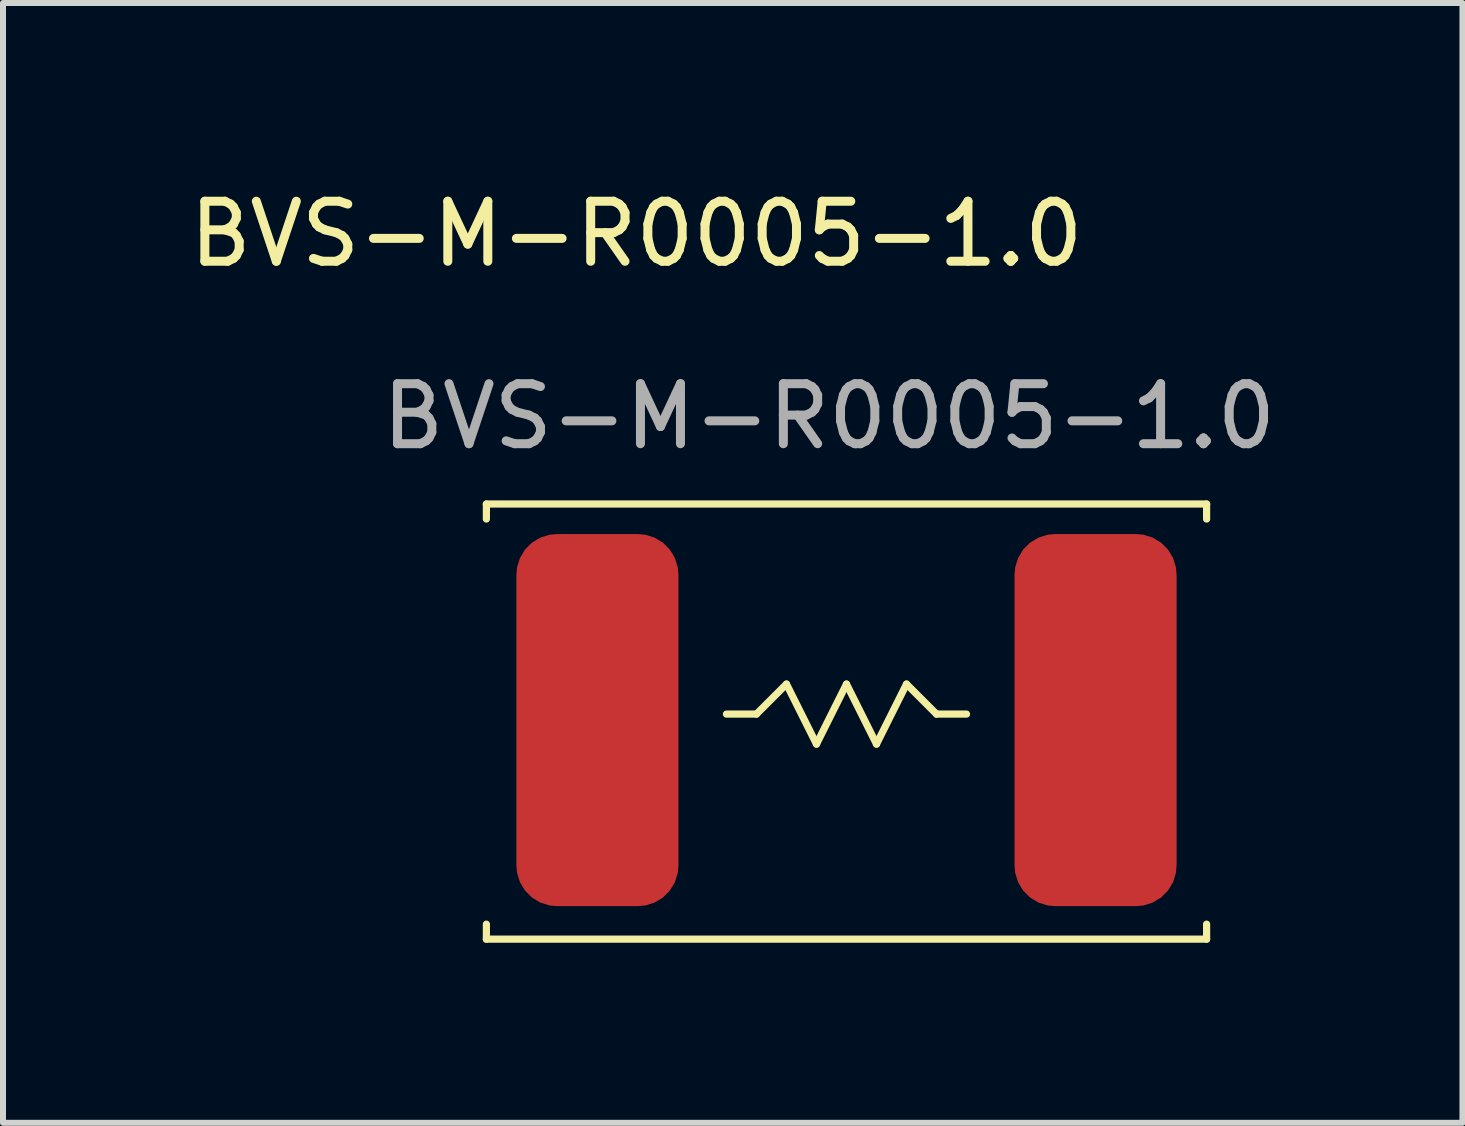
<source format=kicad_pcb>
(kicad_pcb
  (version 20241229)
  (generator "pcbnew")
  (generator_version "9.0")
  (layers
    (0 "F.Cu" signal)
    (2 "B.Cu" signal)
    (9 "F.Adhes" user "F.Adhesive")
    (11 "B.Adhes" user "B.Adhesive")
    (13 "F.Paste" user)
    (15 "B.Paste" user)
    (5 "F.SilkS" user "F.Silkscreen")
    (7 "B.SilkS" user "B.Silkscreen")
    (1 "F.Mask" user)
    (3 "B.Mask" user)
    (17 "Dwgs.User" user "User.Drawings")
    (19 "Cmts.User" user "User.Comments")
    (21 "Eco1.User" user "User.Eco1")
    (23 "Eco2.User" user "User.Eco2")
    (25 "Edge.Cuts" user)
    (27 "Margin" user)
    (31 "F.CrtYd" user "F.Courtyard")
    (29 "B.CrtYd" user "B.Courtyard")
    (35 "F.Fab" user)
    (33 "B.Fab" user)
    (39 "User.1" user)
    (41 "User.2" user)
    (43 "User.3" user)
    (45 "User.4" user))
  (footprint "BVS-M-R0005-1.0"
    (layer "F.Cu")
    (at 5.054 5.348)
    (property "Reference" "BVS-M-R0005-1.0" (at 2.5 -4.5 0) (unlocked yes) (layer "F.SilkS") (effects (font (size 1 1) (thickness 0.15))))
    (attr smd)
    (fp_line (start 0 0) (end 0 0.25) (stroke (width 0.12) (type default)) (layer "F.SilkS"))
    (fp_line (start 0 0) (end 12 0) (stroke (width 0.12) (type default)) (layer "F.SilkS"))
    (fp_line (start 0 7) (end 0 7.25) (stroke (width 0.12) (type default)) (layer "F.SilkS"))
    (fp_line (start 4 3.5) (end 4.5 3.5) (stroke (width 0.12) (type default)) (layer "F.SilkS"))
    (fp_line (start 4.5 3.5) (end 5 3) (stroke (width 0.12) (type default)) (layer "F.SilkS"))
    (fp_line (start 5 3) (end 5.5 4) (stroke (width 0.12) (type default)) (layer "F.SilkS"))
    (fp_line (start 5.5 4) (end 6 3) (stroke (width 0.12) (type default)) (layer "F.SilkS"))
    (fp_line (start 6 3) (end 6.5 4) (stroke (width 0.12) (type default)) (layer "F.SilkS"))
    (fp_line (start 6.5 4) (end 7 3) (stroke (width 0.12) (type default)) (layer "F.SilkS"))
    (fp_line (start 7 3) (end 7.5 3.5) (stroke (width 0.12) (type default)) (layer "F.SilkS"))
    (fp_line (start 7.5 3.5) (end 8 3.5) (stroke (width 0.12) (type default)) (layer "F.SilkS"))
    (fp_line (start 12 0) (end 12 0.25) (stroke (width 0.12) (type default)) (layer "F.SilkS"))
    (fp_line (start 12 7) (end 12 7.25) (stroke (width 0.12) (type default)) (layer "F.SilkS"))
    (fp_line (start 12 7.25) (end 0 7.25) (stroke (width 0.12) (type default)) (layer "F.SilkS"))
    (fp_text user "${REFERENCE}" (at 5.71 -1.46 0) (unlocked yes) (layer "F.Fab") (effects (font (size 1 1) (thickness 0.15))))
    (pad "1" smd roundrect (at 1.85 3.6) (size 2.7 6.2) (layers "F.Cu" "F.Mask" "F.Paste") (roundrect_rratio 0.25))
    (pad "2" smd roundrect (at 10.15 3.6) (size 2.7 6.2) (layers "F.Cu" "F.Mask" "F.Paste") (roundrect_rratio 0.25)))
  (gr_rect
    (start -3 -3)
    (end 21.317 15.658)
    (stroke (width 0.1) (type default))
    (fill no)
    (layer "Edge.Cuts")))
</source>
